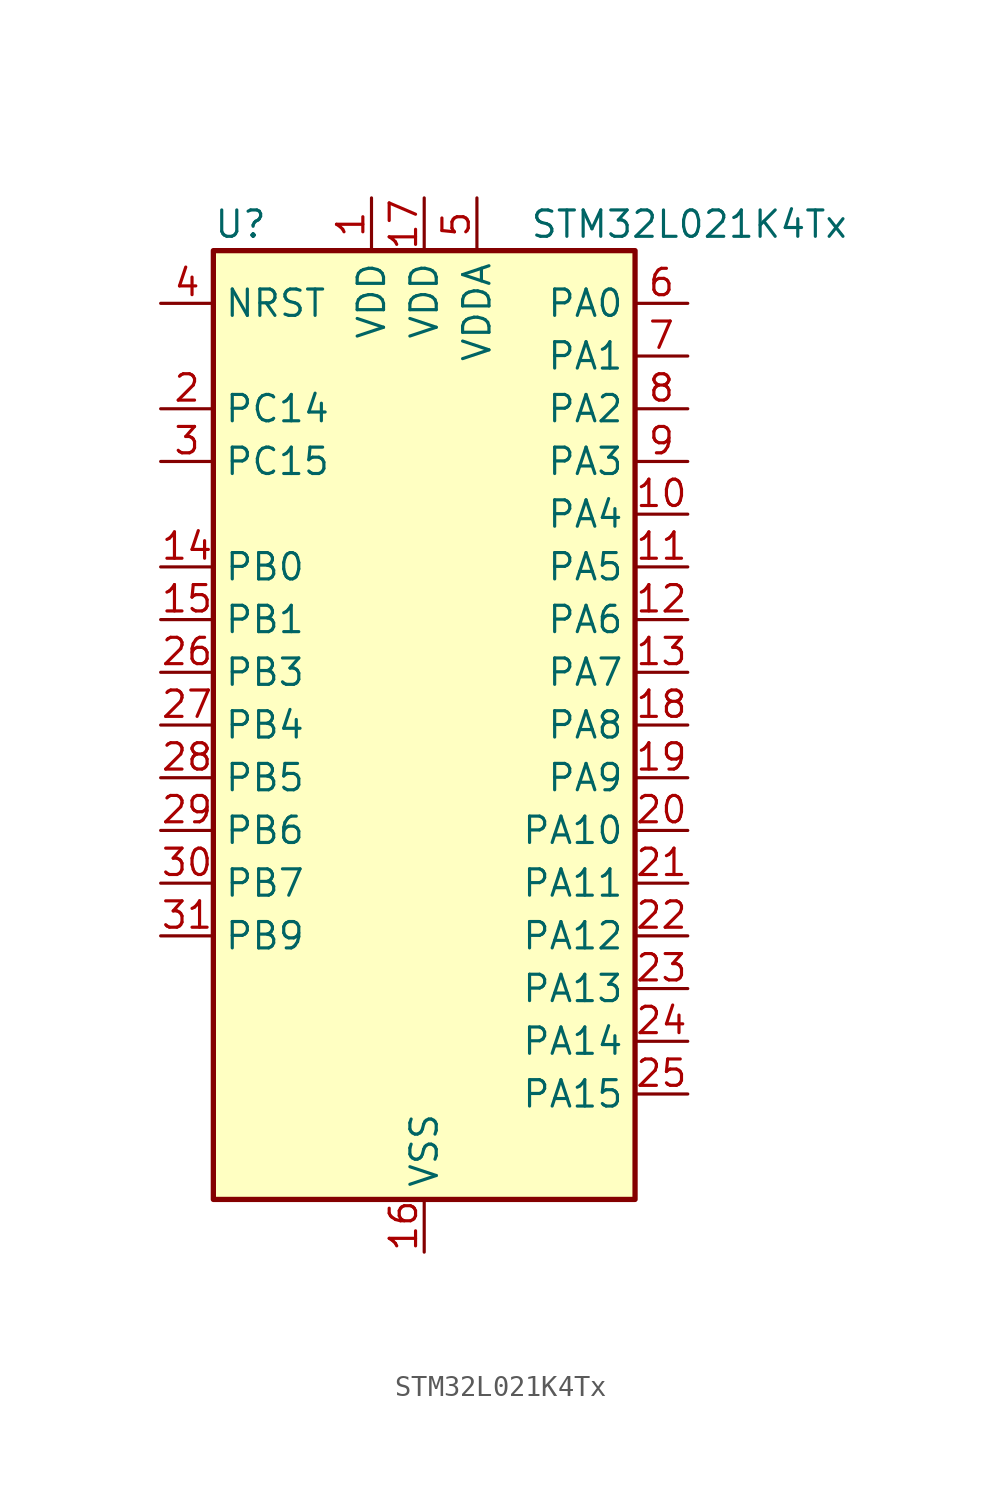
<source format=kicad_sym>
(kicad_symbol_lib
  (version 20231120)
  (generator "kicad_symbol_editor")
  (generator_version "8.0")
  (symbol "STM32L021K4Tx"
    (property "Reference" "U"
      (at -10.16 24.13 0)
      (effects (font (size 1.27 1.27)) (justify left)))
    (property "Value" "STM32L021K4Tx"
      (at 5.08 24.13 0)
      (effects (font (size 1.27 1.27)) (justify left)))
    (property "ki_locked" ""
      (at 0 0 0)
      (effects (font (size 1.27 1.27))))
    (symbol "STM32L021K4Tx_0_1"
      (rectangle (start -10.16 -22.86) (end 10.16 22.86) (stroke (width 0.254) (type default)) (fill (type background))))
    (symbol "STM32L021K4Tx_1_1"
      (pin power_in line (at -2.54 25.4 270) (length 2.54) (name "VDD" (effects (font (size 1.27 1.27)))) (number "1" (effects (font (size 1.27 1.27)))))
      (pin bidirectional line (at 12.7 10.16 180) (length 2.54) (name "PA4" (effects (font (size 1.27 1.27)))) (number "10" (effects (font (size 1.27 1.27)))) (alternate "ADC_IN4" bidirectional line) (alternate "COMP1_INM" bidirectional line) (alternate "COMP2_INM" bidirectional line) (alternate "COMP2_OUT" bidirectional line) (alternate "I2C1_SCL" bidirectional line) (alternate "LPTIM1_ETR" bidirectional line) (alternate "LPTIM1_IN1" bidirectional line) (alternate "LPUART1_TX" bidirectional line) (alternate "SPI1_NSS" bidirectional line) (alternate "TIM2_ETR" bidirectional line) (alternate "USART2_CK" bidirectional line))
      (pin bidirectional line (at 12.7 7.62 180) (length 2.54) (name "PA5" (effects (font (size 1.27 1.27)))) (number "11" (effects (font (size 1.27 1.27)))) (alternate "ADC_IN5" bidirectional line) (alternate "COMP1_INM" bidirectional line) (alternate "COMP2_INM" bidirectional line) (alternate "LPTIM1_IN2" bidirectional line) (alternate "SPI1_SCK" bidirectional line) (alternate "TIM2_CH1" bidirectional line) (alternate "TIM2_ETR" bidirectional line))
      (pin bidirectional line (at 12.7 5.08 180) (length 2.54) (name "PA6" (effects (font (size 1.27 1.27)))) (number "12" (effects (font (size 1.27 1.27)))) (alternate "ADC_IN6" bidirectional line) (alternate "COMP1_OUT" bidirectional line) (alternate "LPTIM1_ETR" bidirectional line) (alternate "LPUART1_CTS" bidirectional line) (alternate "SPI1_MISO" bidirectional line))
      (pin bidirectional line (at 12.7 2.54 180) (length 2.54) (name "PA7" (effects (font (size 1.27 1.27)))) (number "13" (effects (font (size 1.27 1.27)))) (alternate "ADC_IN7" bidirectional line) (alternate "COMP2_INP" bidirectional line) (alternate "COMP2_OUT" bidirectional line) (alternate "LPTIM1_OUT" bidirectional line) (alternate "SPI1_MOSI" bidirectional line) (alternate "TIM21_ETR" bidirectional line) (alternate "USART2_CTS" bidirectional line))
      (pin bidirectional line (at -12.7 7.62 0) (length 2.54) (name "PB0" (effects (font (size 1.27 1.27)))) (number "14" (effects (font (size 1.27 1.27)))) (alternate "ADC_IN8" bidirectional line) (alternate "SPI1_MISO" bidirectional line) (alternate "SYS_VREF_OUT_PB0" bidirectional line) (alternate "TIM2_CH2" bidirectional line) (alternate "TIM2_CH3" bidirectional line) (alternate "USART2_DE" bidirectional line) (alternate "USART2_RTS" bidirectional line))
      (pin bidirectional line (at -12.7 5.08 0) (length 2.54) (name "PB1" (effects (font (size 1.27 1.27)))) (number "15" (effects (font (size 1.27 1.27)))) (alternate "ADC_IN9" bidirectional line) (alternate "LPTIM1_IN1" bidirectional line) (alternate "LPUART1_DE" bidirectional line) (alternate "LPUART1_RTS" bidirectional line) (alternate "SPI1_MOSI" bidirectional line) (alternate "SYS_VREF_OUT_PB1" bidirectional line) (alternate "TIM2_CH4" bidirectional line) (alternate "USART2_CK" bidirectional line))
      (pin power_in line (at 0 -25.4 90) (length 2.54) (name "VSS" (effects (font (size 1.27 1.27)))) (number "16" (effects (font (size 1.27 1.27)))))
      (pin power_in line (at 0 25.4 270) (length 2.54) (name "VDD" (effects (font (size 1.27 1.27)))) (number "17" (effects (font (size 1.27 1.27)))))
      (pin bidirectional line (at 12.7 0 180) (length 2.54) (name "PA8" (effects (font (size 1.27 1.27)))) (number "18" (effects (font (size 1.27 1.27)))) (alternate "LPTIM1_IN1" bidirectional line) (alternate "RCC_MCO" bidirectional line) (alternate "TIM2_CH1" bidirectional line) (alternate "USART2_CK" bidirectional line))
      (pin bidirectional line (at 12.7 -2.54 180) (length 2.54) (name "PA9" (effects (font (size 1.27 1.27)))) (number "19" (effects (font (size 1.27 1.27)))) (alternate "COMP1_OUT" bidirectional line) (alternate "I2C1_SCL" bidirectional line) (alternate "LPTIM1_OUT" bidirectional line) (alternate "RCC_MCO" bidirectional line) (alternate "TIM21_CH2" bidirectional line) (alternate "USART2_TX" bidirectional line))
      (pin bidirectional line (at -12.7 15.24 0) (length 2.54) (name "PC14" (effects (font (size 1.27 1.27)))) (number "2" (effects (font (size 1.27 1.27)))) (alternate "RCC_OSC32_IN" bidirectional line))
      (pin bidirectional line (at 12.7 -5.08 180) (length 2.54) (name "PA10" (effects (font (size 1.27 1.27)))) (number "20" (effects (font (size 1.27 1.27)))) (alternate "COMP1_OUT" bidirectional line) (alternate "I2C1_SDA" bidirectional line) (alternate "RTC_REFIN" bidirectional line) (alternate "TIM21_CH1" bidirectional line) (alternate "TIM2_CH3" bidirectional line) (alternate "USART2_RX" bidirectional line))
      (pin bidirectional line (at 12.7 -7.62 180) (length 2.54) (name "PA11" (effects (font (size 1.27 1.27)))) (number "21" (effects (font (size 1.27 1.27)))) (alternate "ADC_EXTI11" bidirectional line) (alternate "COMP1_OUT" bidirectional line) (alternate "LPTIM1_OUT" bidirectional line) (alternate "SPI1_MISO" bidirectional line) (alternate "TIM21_CH2" bidirectional line) (alternate "USART2_CTS" bidirectional line))
      (pin bidirectional line (at 12.7 -10.16 180) (length 2.54) (name "PA12" (effects (font (size 1.27 1.27)))) (number "22" (effects (font (size 1.27 1.27)))) (alternate "COMP2_OUT" bidirectional line) (alternate "SPI1_MOSI" bidirectional line) (alternate "USART2_DE" bidirectional line) (alternate "USART2_RTS" bidirectional line))
      (pin bidirectional line (at 12.7 -12.7 180) (length 2.54) (name "PA13" (effects (font (size 1.27 1.27)))) (number "23" (effects (font (size 1.27 1.27)))) (alternate "COMP1_OUT" bidirectional line) (alternate "I2C1_SDA" bidirectional line) (alternate "LPTIM1_ETR" bidirectional line) (alternate "LPUART1_RX" bidirectional line) (alternate "SPI1_SCK" bidirectional line) (alternate "SYS_SWDIO" bidirectional line))
      (pin bidirectional line (at 12.7 -15.24 180) (length 2.54) (name "PA14" (effects (font (size 1.27 1.27)))) (number "24" (effects (font (size 1.27 1.27)))) (alternate "COMP2_OUT" bidirectional line) (alternate "I2C1_SMBA" bidirectional line) (alternate "LPTIM1_OUT" bidirectional line) (alternate "LPUART1_TX" bidirectional line) (alternate "SPI1_MISO" bidirectional line) (alternate "SYS_SWCLK" bidirectional line) (alternate "USART2_TX" bidirectional line))
      (pin bidirectional line (at 12.7 -17.78 180) (length 2.54) (name "PA15" (effects (font (size 1.27 1.27)))) (number "25" (effects (font (size 1.27 1.27)))) (alternate "SPI1_NSS" bidirectional line) (alternate "TIM2_CH1" bidirectional line) (alternate "TIM2_ETR" bidirectional line) (alternate "USART2_RX" bidirectional line))
      (pin bidirectional line (at -12.7 2.54 0) (length 2.54) (name "PB3" (effects (font (size 1.27 1.27)))) (number "26" (effects (font (size 1.27 1.27)))) (alternate "COMP2_INM" bidirectional line) (alternate "SPI1_SCK" bidirectional line) (alternate "TIM2_CH2" bidirectional line))
      (pin bidirectional line (at -12.7 0 0) (length 2.54) (name "PB4" (effects (font (size 1.27 1.27)))) (number "27" (effects (font (size 1.27 1.27)))) (alternate "COMP2_INP" bidirectional line) (alternate "SPI1_MISO" bidirectional line))
      (pin bidirectional line (at -12.7 -2.54 0) (length 2.54) (name "PB5" (effects (font (size 1.27 1.27)))) (number "28" (effects (font (size 1.27 1.27)))) (alternate "COMP2_INP" bidirectional line) (alternate "I2C1_SMBA" bidirectional line) (alternate "LPTIM1_IN1" bidirectional line) (alternate "SPI1_MOSI" bidirectional line) (alternate "TIM21_CH1" bidirectional line))
      (pin bidirectional line (at -12.7 -5.08 0) (length 2.54) (name "PB6" (effects (font (size 1.27 1.27)))) (number "29" (effects (font (size 1.27 1.27)))) (alternate "COMP2_INP" bidirectional line) (alternate "I2C1_SCL" bidirectional line) (alternate "LPTIM1_ETR" bidirectional line) (alternate "LPUART1_TX" bidirectional line) (alternate "TIM2_CH3" bidirectional line) (alternate "USART2_TX" bidirectional line))
      (pin bidirectional line (at -12.7 12.7 0) (length 2.54) (name "PC15" (effects (font (size 1.27 1.27)))) (number "3" (effects (font (size 1.27 1.27)))) (alternate "RCC_OSC32_OUT" bidirectional line))
      (pin bidirectional line (at -12.7 -7.62 0) (length 2.54) (name "PB7" (effects (font (size 1.27 1.27)))) (number "30" (effects (font (size 1.27 1.27)))) (alternate "COMP2_INP" bidirectional line) (alternate "I2C1_SDA" bidirectional line) (alternate "LPTIM1_IN2" bidirectional line) (alternate "LPUART1_RX" bidirectional line) (alternate "SYS_PVD_IN" bidirectional line) (alternate "TIM2_CH4" bidirectional line) (alternate "USART2_RX" bidirectional line))
      (pin bidirectional line (at -12.7 -10.16 0) (length 2.54) (name "PB9" (effects (font (size 1.27 1.27)))) (number "31" (effects (font (size 1.27 1.27)))))
      (pin passive line (at 0 -25.4 90) (length 2.54) hide (name "VSS" (effects (font (size 1.27 1.27)))) (number "32" (effects (font (size 1.27 1.27)))))
      (pin input line (at -12.7 20.32 0) (length 2.54) (name "NRST" (effects (font (size 1.27 1.27)))) (number "4" (effects (font (size 1.27 1.27)))))
      (pin power_in line (at 2.54 25.4 270) (length 2.54) (name "VDDA" (effects (font (size 1.27 1.27)))) (number "5" (effects (font (size 1.27 1.27)))))
      (pin bidirectional line (at 12.7 20.32 180) (length 2.54) (name "PA0" (effects (font (size 1.27 1.27)))) (number "6" (effects (font (size 1.27 1.27)))) (alternate "ADC_IN0" bidirectional line) (alternate "COMP1_INM" bidirectional line) (alternate "COMP1_OUT" bidirectional line) (alternate "LPTIM1_IN1" bidirectional line) (alternate "LPUART1_RX" bidirectional line) (alternate "RCC_CK_IN" bidirectional line) (alternate "RTC_TAMP2" bidirectional line) (alternate "SYS_WKUP1" bidirectional line) (alternate "TIM2_CH1" bidirectional line) (alternate "TIM2_ETR" bidirectional line) (alternate "USART2_CTS" bidirectional line) (alternate "USART2_RX" bidirectional line))
      (pin bidirectional line (at 12.7 17.78 180) (length 2.54) (name "PA1" (effects (font (size 1.27 1.27)))) (number "7" (effects (font (size 1.27 1.27)))) (alternate "ADC_IN1" bidirectional line) (alternate "COMP1_INP" bidirectional line) (alternate "I2C1_SMBA" bidirectional line) (alternate "LPTIM1_IN2" bidirectional line) (alternate "LPUART1_TX" bidirectional line) (alternate "TIM21_ETR" bidirectional line) (alternate "TIM2_CH2" bidirectional line) (alternate "USART2_DE" bidirectional line) (alternate "USART2_RTS" bidirectional line))
      (pin bidirectional line (at 12.7 15.24 180) (length 2.54) (name "PA2" (effects (font (size 1.27 1.27)))) (number "8" (effects (font (size 1.27 1.27)))) (alternate "ADC_IN2" bidirectional line) (alternate "COMP2_INM" bidirectional line) (alternate "COMP2_OUT" bidirectional line) (alternate "LPUART1_TX" bidirectional line) (alternate "RTC_OUT_ALARM" bidirectional line) (alternate "RTC_OUT_CALIB" bidirectional line) (alternate "RTC_TAMP3" bidirectional line) (alternate "RTC_TS" bidirectional line) (alternate "SYS_WKUP3" bidirectional line) (alternate "TIM21_CH1" bidirectional line) (alternate "TIM2_CH3" bidirectional line) (alternate "USART2_TX" bidirectional line))
      (pin bidirectional line (at 12.7 12.7 180) (length 2.54) (name "PA3" (effects (font (size 1.27 1.27)))) (number "9" (effects (font (size 1.27 1.27)))) (alternate "ADC_IN3" bidirectional line) (alternate "COMP2_INP" bidirectional line) (alternate "LPUART1_RX" bidirectional line) (alternate "TIM21_CH2" bidirectional line) (alternate "TIM2_CH4" bidirectional line) (alternate "USART2_RX" bidirectional line)))))
</source>
